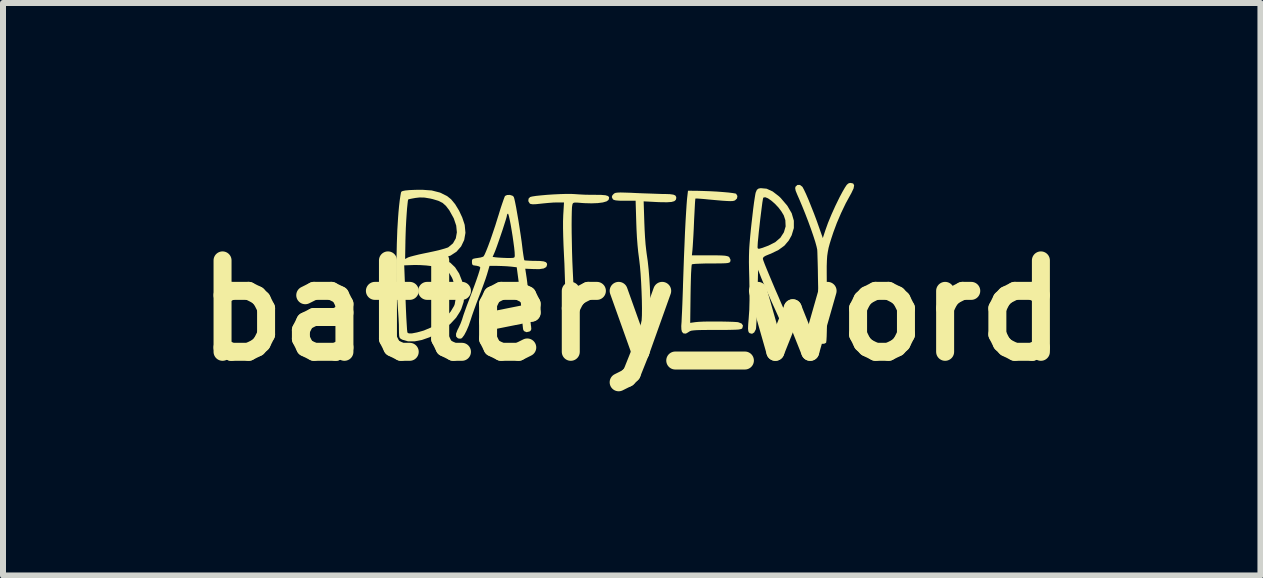
<source format=kicad_pcb>
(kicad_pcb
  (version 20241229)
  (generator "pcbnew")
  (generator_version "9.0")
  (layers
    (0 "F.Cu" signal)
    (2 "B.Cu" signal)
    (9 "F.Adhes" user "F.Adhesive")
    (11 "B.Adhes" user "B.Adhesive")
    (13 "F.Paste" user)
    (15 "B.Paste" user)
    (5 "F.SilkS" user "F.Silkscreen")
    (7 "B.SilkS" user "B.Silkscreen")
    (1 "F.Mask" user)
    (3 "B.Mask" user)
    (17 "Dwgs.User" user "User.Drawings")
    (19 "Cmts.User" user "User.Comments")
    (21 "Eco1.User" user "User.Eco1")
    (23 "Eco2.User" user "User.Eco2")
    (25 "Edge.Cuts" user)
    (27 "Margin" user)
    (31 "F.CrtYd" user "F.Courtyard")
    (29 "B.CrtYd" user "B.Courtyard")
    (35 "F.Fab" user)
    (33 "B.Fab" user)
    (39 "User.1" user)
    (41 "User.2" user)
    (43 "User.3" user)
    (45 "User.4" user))
  (footprint "battery_word"
    (layer "F.Cu")
    (at 7.482 2.126)
    (property "Reference" "battery_word" (at 0 0 0) (layer "F.SilkS") (effects (font (size 1.524 1.524) (thickness 0.3))))
    (attr board_only exclude_from_pos_files exclude_from_bom)
    (fp_poly (pts (xy -0.113 -1.965) (xy -0.013 -1.962) (xy 0.064 -1.958) (xy 0.185 -1.953) (xy 0.305 -1.949) (xy 0.415 -1.945) (xy 0.504 -1.942) (xy 0.548 -1.942) (xy 0.637 -1.939) (xy 0.694 -1.931) (xy 0.727 -1.917) (xy 0.741 -1.893) (xy 0.743 -1.875) (xy 0.735 -1.844) (xy 0.71 -1.822) (xy 0.663 -1.809) (xy 0.59 -1.804) (xy 0.487 -1.805) (xy 0.43 -1.807) (xy 0.199 -1.819) (xy 0.21 -1.471) (xy 0.215 -1.346) (xy 0.222 -1.219) (xy 0.231 -1.101) (xy 0.242 -1.002) (xy 0.249 -0.947) (xy 0.267 -0.822) (xy 0.282 -0.682) (xy 0.294 -0.533) (xy 0.303 -0.381) (xy 0.309 -0.23) (xy 0.311 -0.087) (xy 0.31 0.043) (xy 0.306 0.154) (xy 0.298 0.242) (xy 0.286 0.3) (xy 0.28 0.312) (xy 0.247 0.345) (xy 0.205 0.351) (xy 0.171 0.33) (xy 0.163 0.297) (xy 0.161 0.235) (xy 0.165 0.17) (xy 0.17 0.083) (xy 0.171 -0.033) (xy 0.169 -0.168) (xy 0.164 -0.315) (xy 0.157 -0.466) (xy 0.148 -0.611) (xy 0.137 -0.742) (xy 0.124 -0.852) (xy 0.119 -0.891) (xy 0.108 -0.976) (xy 0.097 -1.087) (xy 0.087 -1.215) (xy 0.08 -1.35) (xy 0.076 -1.458) (xy 0.065 -1.829) (xy -0.117 -1.829) (xy -0.206 -1.83) (xy -0.265 -1.835) (xy -0.3 -1.844) (xy -0.316 -1.857) (xy -0.332 -1.891) (xy -0.323 -1.919) (xy -0.302 -1.942) (xy -0.288 -1.953) (xy -0.267 -1.961) (xy -0.235 -1.965) (xy -0.186 -1.967)) (stroke (width 0) (type solid)) (fill yes) (layer "F.SilkS"))
    (fp_poly (pts (xy 3.692 -2.117) (xy 3.708 -2.087) (xy 3.699 -2.035) (xy 3.663 -1.959) (xy 3.647 -1.93) (xy 3.568 -1.786) (xy 3.49 -1.623) (xy 3.419 -1.457) (xy 3.362 -1.304) (xy 3.358 -1.292) (xy 3.326 -1.195) (xy 3.301 -1.114) (xy 3.282 -1.044) (xy 3.269 -0.977) (xy 3.259 -0.909) (xy 3.254 -0.831) (xy 3.251 -0.738) (xy 3.251 -0.623) (xy 3.252 -0.479) (xy 3.252 -0.418) (xy 3.254 -0.175) (xy 3.255 0.031) (xy 3.254 0.202) (xy 3.253 0.337) (xy 3.25 0.437) (xy 3.246 0.504) (xy 3.241 0.536) (xy 3.24 0.539) (xy 3.214 0.553) (xy 3.184 0.557) (xy 3.144 0.545) (xy 3.129 0.515) (xy 3.127 0.488) (xy 3.125 0.427) (xy 3.122 0.339) (xy 3.119 0.226) (xy 3.116 0.093) (xy 3.113 -0.054) (xy 3.111 -0.213) (xy 3.11 -0.232) (xy 3.108 -0.394) (xy 3.105 -0.546) (xy 3.103 -0.685) (xy 3.1 -0.805) (xy 3.097 -0.903) (xy 3.095 -0.973) (xy 3.093 -1.01) (xy 3.093 -1.012) (xy 3.082 -1.064) (xy 3.06 -1.144) (xy 3.027 -1.246) (xy 2.987 -1.362) (xy 2.941 -1.488) (xy 2.892 -1.615) (xy 2.842 -1.739) (xy 2.794 -1.853) (xy 2.76 -1.93) (xy 2.733 -1.996) (xy 2.725 -2.04) (xy 2.731 -2.064) (xy 2.763 -2.093) (xy 2.805 -2.093) (xy 2.844 -2.063) (xy 2.849 -2.056) (xy 2.873 -2.011) (xy 2.907 -1.939) (xy 2.948 -1.844) (xy 2.992 -1.734) (xy 3.039 -1.616) (xy 3.084 -1.496) (xy 3.109 -1.425) (xy 3.186 -1.207) (xy 3.228 -1.336) (xy 3.272 -1.459) (xy 3.33 -1.6) (xy 3.397 -1.748) (xy 3.466 -1.889) (xy 3.513 -1.977) (xy 3.554 -2.048) (xy 3.584 -2.093) (xy 3.609 -2.116) (xy 3.633 -2.125) (xy 3.65 -2.126)) (stroke (width 0) (type solid)) (fill yes) (layer "F.SilkS"))
    (fp_poly (pts (xy -0.951 -1.94) (xy -0.951 -1.94) (xy -0.878 -1.935) (xy -0.782 -1.93) (xy -0.68 -1.928) (xy -0.619 -1.928) (xy -0.512 -1.927) (xy -0.439 -1.921) (xy -0.395 -1.908) (xy -0.377 -1.887) (xy -0.381 -1.857) (xy -0.388 -1.842) (xy -0.419 -1.819) (xy -0.481 -1.801) (xy -0.566 -1.79) (xy -0.67 -1.786) (xy -0.785 -1.789) (xy -0.831 -1.792) (xy -0.905 -1.798) (xy -0.949 -1.799) (xy -0.973 -1.793) (xy -0.985 -1.779) (xy -0.99 -1.761) (xy -0.996 -1.721) (xy -0.999 -1.648) (xy -1.001 -1.549) (xy -1.002 -1.427) (xy -1.001 -1.288) (xy -0.998 -1.137) (xy -0.995 -0.979) (xy -0.99 -0.818) (xy -0.983 -0.661) (xy -0.977 -0.538) (xy -0.969 -0.364) (xy -0.964 -0.22) (xy -0.962 -0.098) (xy -0.964 0.008) (xy -0.97 0.106) (xy -0.973 0.145) (xy -0.985 0.256) (xy -0.998 0.332) (xy -1.014 0.379) (xy -1.034 0.4) (xy -1.061 0.398) (xy -1.078 0.389) (xy -1.087 0.378) (xy -1.093 0.355) (xy -1.098 0.314) (xy -1.102 0.253) (xy -1.104 0.166) (xy -1.105 0.05) (xy -1.105 -0.069) (xy -1.107 -0.229) (xy -1.11 -0.41) (xy -1.116 -0.598) (xy -1.122 -0.778) (xy -1.13 -0.935) (xy -1.13 -0.938) (xy -1.137 -1.084) (xy -1.142 -1.231) (xy -1.145 -1.369) (xy -1.145 -1.488) (xy -1.142 -1.58) (xy -1.142 -1.583) (xy -1.129 -1.801) (xy -1.238 -1.801) (xy -1.309 -1.799) (xy -1.4 -1.792) (xy -1.492 -1.783) (xy -1.509 -1.781) (xy -1.596 -1.772) (xy -1.652 -1.77) (xy -1.687 -1.776) (xy -1.7 -1.783) (xy -1.724 -1.822) (xy -1.72 -1.864) (xy -1.694 -1.891) (xy -1.66 -1.9) (xy -1.596 -1.91) (xy -1.509 -1.919) (xy -1.409 -1.928) (xy -1.301 -1.935) (xy -1.194 -1.94) (xy -1.095 -1.943) (xy -1.011 -1.943)) (stroke (width 0) (type solid)) (fill yes) (layer "F.SilkS"))
    (fp_poly (pts (xy 1.086 -1.995) (xy 1.193 -1.992) (xy 1.306 -1.988) (xy 1.419 -1.982) (xy 1.524 -1.974) (xy 1.616 -1.966) (xy 1.687 -1.957) (xy 1.731 -1.949) (xy 1.741 -1.945) (xy 1.762 -1.908) (xy 1.755 -1.867) (xy 1.723 -1.836) (xy 1.705 -1.829) (xy 1.678 -1.824) (xy 1.64 -1.823) (xy 1.585 -1.825) (xy 1.509 -1.83) (xy 1.406 -1.839) (xy 1.272 -1.851) (xy 1.225 -1.856) (xy 1.153 -1.862) (xy 1.097 -1.866) (xy 1.065 -1.866) (xy 1.062 -1.866) (xy 1.059 -1.846) (xy 1.055 -1.796) (xy 1.051 -1.719) (xy 1.046 -1.622) (xy 1.04 -1.51) (xy 1.039 -1.482) (xy 1.034 -1.361) (xy 1.028 -1.246) (xy 1.022 -1.145) (xy 1.017 -1.066) (xy 1.013 -1.015) (xy 1.013 -1.012) (xy 1.003 -0.919) (xy 1.299 -0.919) (xy 1.414 -0.919) (xy 1.497 -0.917) (xy 1.555 -0.913) (xy 1.592 -0.906) (xy 1.616 -0.897) (xy 1.626 -0.889) (xy 1.647 -0.846) (xy 1.645 -0.821) (xy 1.638 -0.807) (xy 1.626 -0.798) (xy 1.601 -0.791) (xy 1.56 -0.787) (xy 1.496 -0.785) (xy 1.404 -0.784) (xy 1.325 -0.784) (xy 1.222 -0.783) (xy 1.131 -0.78) (xy 1.06 -0.777) (xy 1.015 -0.772) (xy 1.002 -0.768) (xy 0.998 -0.746) (xy 0.994 -0.692) (xy 0.989 -0.61) (xy 0.986 -0.507) (xy 0.983 -0.388) (xy 0.981 -0.272) (xy 0.975 0.207) (xy 1.058 0.195) (xy 1.111 0.19) (xy 1.192 0.186) (xy 1.29 0.184) (xy 1.399 0.184) (xy 1.509 0.185) (xy 1.611 0.187) (xy 1.698 0.19) (xy 1.76 0.194) (xy 1.778 0.197) (xy 1.832 0.218) (xy 1.855 0.252) (xy 1.844 0.295) (xy 1.844 0.295) (xy 1.834 0.305) (xy 1.814 0.312) (xy 1.781 0.318) (xy 1.729 0.321) (xy 1.654 0.323) (xy 1.551 0.325) (xy 1.416 0.325) (xy 1.406 0.325) (xy 1.269 0.325) (xy 1.165 0.326) (xy 1.087 0.328) (xy 1.033 0.332) (xy 0.995 0.337) (xy 0.971 0.345) (xy 0.955 0.355) (xy 0.952 0.357) (xy 0.903 0.386) (xy 0.861 0.382) (xy 0.837 0.355) (xy 0.828 0.316) (xy 0.826 0.259) (xy 0.828 0.23) (xy 0.831 0.188) (xy 0.834 0.115) (xy 0.839 0.016) (xy 0.844 -0.103) (xy 0.849 -0.238) (xy 0.854 -0.382) (xy 0.855 -0.427) (xy 0.863 -0.662) (xy 0.871 -0.889) (xy 0.88 -1.102) (xy 0.888 -1.299) (xy 0.897 -1.476) (xy 0.906 -1.628) (xy 0.914 -1.752) (xy 0.921 -1.845) (xy 0.924 -1.875) (xy 0.938 -1.996)) (stroke (width 0) (type solid)) (fill yes) (layer "F.SilkS"))
    (fp_poly (pts (xy 2.249 -2.03) (xy 2.35 -1.984) (xy 2.456 -1.902) (xy 2.485 -1.874) (xy 2.594 -1.746) (xy 2.667 -1.621) (xy 2.703 -1.497) (xy 2.703 -1.374) (xy 2.666 -1.252) (xy 2.618 -1.166) (xy 2.545 -1.08) (xy 2.446 -1.008) (xy 2.318 -0.946) (xy 2.296 -0.938) (xy 2.233 -0.912) (xy 2.2 -0.892) (xy 2.187 -0.871) (xy 2.188 -0.854) (xy 2.197 -0.826) (xy 2.218 -0.77) (xy 2.251 -0.689) (xy 2.292 -0.59) (xy 2.339 -0.478) (xy 2.39 -0.357) (xy 2.444 -0.234) (xy 2.496 -0.112) (xy 2.547 0.002) (xy 2.592 0.105) (xy 2.631 0.189) (xy 2.66 0.252) (xy 2.673 0.277) (xy 2.682 0.323) (xy 2.66 0.358) (xy 2.612 0.371) (xy 2.609 0.371) (xy 2.586 0.365) (xy 2.562 0.341) (xy 2.534 0.295) (xy 2.502 0.227) (xy 2.45 0.115) (xy 2.395 -0.007) (xy 2.338 -0.132) (xy 2.284 -0.255) (xy 2.234 -0.368) (xy 2.192 -0.465) (xy 2.16 -0.541) (xy 2.143 -0.585) (xy 2.107 -0.678) (xy 2.095 -0.204) (xy 2.092 -0.073) (xy 2.087 0.048) (xy 2.082 0.153) (xy 2.077 0.237) (xy 2.073 0.294) (xy 2.069 0.316) (xy 2.042 0.367) (xy 2.006 0.389) (xy 1.967 0.379) (xy 1.951 0.364) (xy 1.943 0.342) (xy 1.939 0.3) (xy 1.942 0.232) (xy 1.95 0.133) (xy 1.951 0.118) (xy 1.96 -0.01) (xy 1.964 -0.17) (xy 1.963 -0.358) (xy 1.96 -0.541) (xy 1.956 -0.687) (xy 1.954 -0.808) (xy 1.955 -0.913) (xy 1.958 -1.013) (xy 1.961 -1.062) (xy 2.098 -1.062) (xy 2.099 -1.041) (xy 2.107 -1.03) (xy 2.127 -1.029) (xy 2.166 -1.04) (xy 2.231 -1.063) (xy 2.279 -1.081) (xy 2.392 -1.138) (xy 2.479 -1.213) (xy 2.537 -1.303) (xy 2.566 -1.402) (xy 2.561 -1.506) (xy 2.535 -1.585) (xy 2.495 -1.652) (xy 2.444 -1.719) (xy 2.385 -1.781) (xy 2.326 -1.832) (xy 2.271 -1.87) (xy 2.225 -1.888) (xy 2.196 -1.882) (xy 2.192 -1.877) (xy 2.187 -1.854) (xy 2.178 -1.8) (xy 2.168 -1.723) (xy 2.156 -1.628) (xy 2.143 -1.524) (xy 2.131 -1.415) (xy 2.119 -1.31) (xy 2.11 -1.215) (xy 2.102 -1.136) (xy 2.099 -1.079) (xy 2.098 -1.062) (xy 1.961 -1.062) (xy 1.965 -1.117) (xy 1.975 -1.235) (xy 1.989 -1.376) (xy 1.996 -1.44) (xy 2.011 -1.57) (xy 2.025 -1.692) (xy 2.039 -1.799) (xy 2.052 -1.885) (xy 2.062 -1.944) (xy 2.067 -1.966) (xy 2.087 -2.012) (xy 2.116 -2.033) (xy 2.152 -2.039)) (stroke (width 0) (type solid)) (fill yes) (layer "F.SilkS"))
    (fp_poly (pts (xy -3.335 -2.001) (xy -3.195 -1.965) (xy -3.078 -1.907) (xy -3.012 -1.854) (xy -2.944 -1.772) (xy -2.879 -1.665) (xy -2.825 -1.549) (xy -2.787 -1.435) (xy -2.784 -1.421) (xy -2.772 -1.294) (xy -2.793 -1.175) (xy -2.844 -1.068) (xy -2.921 -0.98) (xy -3.02 -0.915) (xy -3.128 -0.88) (xy -3.202 -0.867) (xy -3.118 -0.843) (xy -3.026 -0.797) (xy -2.945 -0.72) (xy -2.877 -0.615) (xy -2.827 -0.487) (xy -2.803 -0.385) (xy -2.79 -0.256) (xy -2.802 -0.143) (xy -2.84 -0.028) (xy -2.861 0.016) (xy -2.928 0.121) (xy -3.019 0.219) (xy -3.127 0.309) (xy -3.247 0.386) (xy -3.373 0.448) (xy -3.499 0.492) (xy -3.62 0.515) (xy -3.729 0.515) (xy -3.82 0.489) (xy -3.851 0.473) (xy -3.869 0.455) (xy -3.877 0.426) (xy -3.88 0.376) (xy -3.881 0.318) (xy -3.882 0.236) (xy -3.887 0.134) (xy -3.894 0.027) (xy -3.898 -0.028) (xy -3.91 -0.209) (xy -3.918 -0.417) (xy -3.921 -0.644) (xy -3.921 -0.752) (xy -3.793 -0.752) (xy -3.781 -0.446) (xy -3.772 -0.22) (xy -3.765 -0.032) (xy -3.758 0.12) (xy -3.751 0.236) (xy -3.746 0.316) (xy -3.741 0.36) (xy -3.74 0.368) (xy -3.716 0.383) (xy -3.662 0.382) (xy -3.579 0.366) (xy -3.471 0.336) (xy -3.458 0.331) (xy -3.332 0.278) (xy -3.212 0.205) (xy -3.106 0.117) (xy -3.02 0.021) (xy -2.962 -0.076) (xy -2.951 -0.104) (xy -2.936 -0.193) (xy -2.937 -0.301) (xy -2.953 -0.412) (xy -2.983 -0.515) (xy -2.997 -0.547) (xy -3.032 -0.607) (xy -3.067 -0.657) (xy -3.091 -0.679) (xy -3.141 -0.7) (xy -3.22 -0.72) (xy -3.317 -0.737) (xy -3.424 -0.75) (xy -3.532 -0.757) (xy -3.626 -0.758) (xy -3.793 -0.752) (xy -3.921 -0.752) (xy -3.921 -0.858) (xy -3.778 -0.858) (xy -3.729 -0.884) (xy -3.694 -0.896) (xy -3.63 -0.913) (xy -3.545 -0.934) (xy -3.446 -0.955) (xy -3.396 -0.965) (xy -3.294 -0.987) (xy -3.2 -1.009) (xy -3.122 -1.031) (xy -3.07 -1.048) (xy -3.056 -1.055) (xy -2.98 -1.119) (xy -2.933 -1.202) (xy -2.915 -1.302) (xy -2.926 -1.415) (xy -2.967 -1.536) (xy -3.038 -1.664) (xy -3.043 -1.672) (xy -3.097 -1.743) (xy -3.153 -1.793) (xy -3.223 -1.828) (xy -3.316 -1.856) (xy -3.359 -1.866) (xy -3.454 -1.882) (xy -3.535 -1.884) (xy -3.606 -1.876) (xy -3.666 -1.865) (xy -3.71 -1.856) (xy -3.726 -1.851) (xy -3.732 -1.828) (xy -3.738 -1.774) (xy -3.746 -1.696) (xy -3.753 -1.599) (xy -3.76 -1.49) (xy -3.766 -1.375) (xy -3.77 -1.26) (xy -3.773 -1.152) (xy -3.773 -1.139) (xy -3.778 -0.858) (xy -3.921 -0.858) (xy -3.921 -0.88) (xy -3.916 -1.116) (xy -3.908 -1.342) (xy -3.895 -1.55) (xy -3.888 -1.643) (xy -3.878 -1.748) (xy -3.867 -1.841) (xy -3.856 -1.915) (xy -3.847 -1.964) (xy -3.842 -1.979) (xy -3.82 -1.991) (xy -3.776 -2) (xy -3.706 -2.007) (xy -3.606 -2.011) (xy -3.491 -2.012)) (stroke (width 0) (type solid)) (fill yes) (layer "F.SilkS"))
    (fp_poly (pts (xy -1.986 -1.912) (xy -1.967 -1.894) (xy -1.957 -1.862) (xy -1.943 -1.799) (xy -1.926 -1.713) (xy -1.908 -1.609) (xy -1.888 -1.494) (xy -1.869 -1.373) (xy -1.851 -1.255) (xy -1.835 -1.144) (xy -1.828 -1.087) (xy -1.817 -0.996) (xy -1.806 -0.92) (xy -1.797 -0.865) (xy -1.791 -0.838) (xy -1.79 -0.837) (xy -1.769 -0.833) (xy -1.72 -0.83) (xy -1.651 -0.827) (xy -1.619 -0.827) (xy -1.527 -0.825) (xy -1.467 -0.818) (xy -1.431 -0.805) (xy -1.414 -0.785) (xy -1.411 -0.761) (xy -1.425 -0.724) (xy -1.467 -0.7) (xy -1.54 -0.689) (xy -1.632 -0.69) (xy -1.775 -0.696) (xy -1.751 -0.538) (xy -1.741 -0.461) (xy -1.73 -0.359) (xy -1.72 -0.243) (xy -1.711 -0.125) (xy -1.709 -0.093) (xy -1.701 0.013) (xy -1.694 0.11) (xy -1.687 0.191) (xy -1.681 0.248) (xy -1.678 0.263) (xy -1.674 0.311) (xy -1.686 0.338) (xy -1.705 0.351) (xy -1.754 0.362) (xy -1.794 0.345) (xy -1.808 0.324) (xy -1.813 0.297) (xy -1.819 0.241) (xy -1.826 0.161) (xy -1.834 0.066) (xy -1.837 0.015) (xy -1.847 -0.109) (xy -1.859 -0.244) (xy -1.872 -0.373) (xy -1.885 -0.483) (xy -1.887 -0.494) (xy -1.917 -0.72) (xy -2.012 -0.731) (xy -2.083 -0.737) (xy -2.169 -0.741) (xy -2.239 -0.743) (xy -2.371 -0.743) (xy -2.413 -0.6) (xy -2.437 -0.526) (xy -2.471 -0.431) (xy -2.51 -0.325) (xy -2.549 -0.224) (xy -2.588 -0.122) (xy -2.627 -0.015) (xy -2.661 0.082) (xy -2.685 0.156) (xy -2.718 0.253) (xy -2.756 0.341) (xy -2.793 0.411) (xy -2.828 0.457) (xy -2.846 0.469) (xy -2.882 0.469) (xy -2.902 0.461) (xy -2.928 0.433) (xy -2.929 0.388) (xy -2.904 0.323) (xy -2.889 0.295) (xy -2.856 0.225) (xy -2.828 0.151) (xy -2.822 0.13) (xy -2.806 0.079) (xy -2.78 0.005) (xy -2.748 -0.084) (xy -2.716 -0.167) (xy -2.671 -0.285) (xy -2.628 -0.4) (xy -2.59 -0.505) (xy -2.559 -0.596) (xy -2.537 -0.666) (xy -2.526 -0.709) (xy -2.525 -0.717) (xy -2.542 -0.734) (xy -2.585 -0.745) (xy -2.595 -0.746) (xy -2.641 -0.753) (xy -2.66 -0.769) (xy -2.664 -0.805) (xy -2.664 -0.808) (xy -2.662 -0.842) (xy -2.647 -0.86) (xy -2.61 -0.869) (xy -2.576 -0.874) (xy -2.52 -0.883) (xy -2.487 -0.893) (xy -2.319 -0.893) (xy -2.269 -0.886) (xy -2.225 -0.882) (xy -2.159 -0.878) (xy -2.084 -0.875) (xy -2.015 -0.875) (xy -1.975 -0.877) (xy -1.956 -0.886) (xy -1.95 -0.904) (xy -1.95 -0.918) (xy -1.952 -0.972) (xy -1.96 -1.049) (xy -1.972 -1.139) (xy -1.986 -1.238) (xy -2.002 -1.337) (xy -2.018 -1.431) (xy -2.034 -1.512) (xy -2.048 -1.574) (xy -2.059 -1.609) (xy -2.064 -1.615) (xy -2.078 -1.6) (xy -2.08 -1.589) (xy -2.085 -1.562) (xy -2.101 -1.507) (xy -2.125 -1.432) (xy -2.153 -1.344) (xy -2.185 -1.25) (xy -2.217 -1.157) (xy -2.246 -1.074) (xy -2.271 -1.006) (xy -2.285 -0.971) (xy -2.319 -0.893) (xy -2.487 -0.893) (xy -2.48 -0.896) (xy -2.47 -0.902) (xy -2.453 -0.931) (xy -2.427 -0.99) (xy -2.394 -1.073) (xy -2.356 -1.176) (xy -2.316 -1.293) (xy -2.274 -1.418) (xy -2.234 -1.547) (xy -2.218 -1.597) (xy -2.188 -1.696) (xy -2.159 -1.783) (xy -2.135 -1.852) (xy -2.118 -1.897) (xy -2.112 -1.909) (xy -2.078 -1.925) (xy -2.03 -1.926)) (stroke (width 0) (type solid)) (fill yes) (layer "F.SilkS")))
  (gr_rect
    (start -3 -3)
    (end 17.964 6.544)
    (stroke (width 0.1) (type default))
    (fill no)
    (layer "Edge.Cuts")))
</source>
